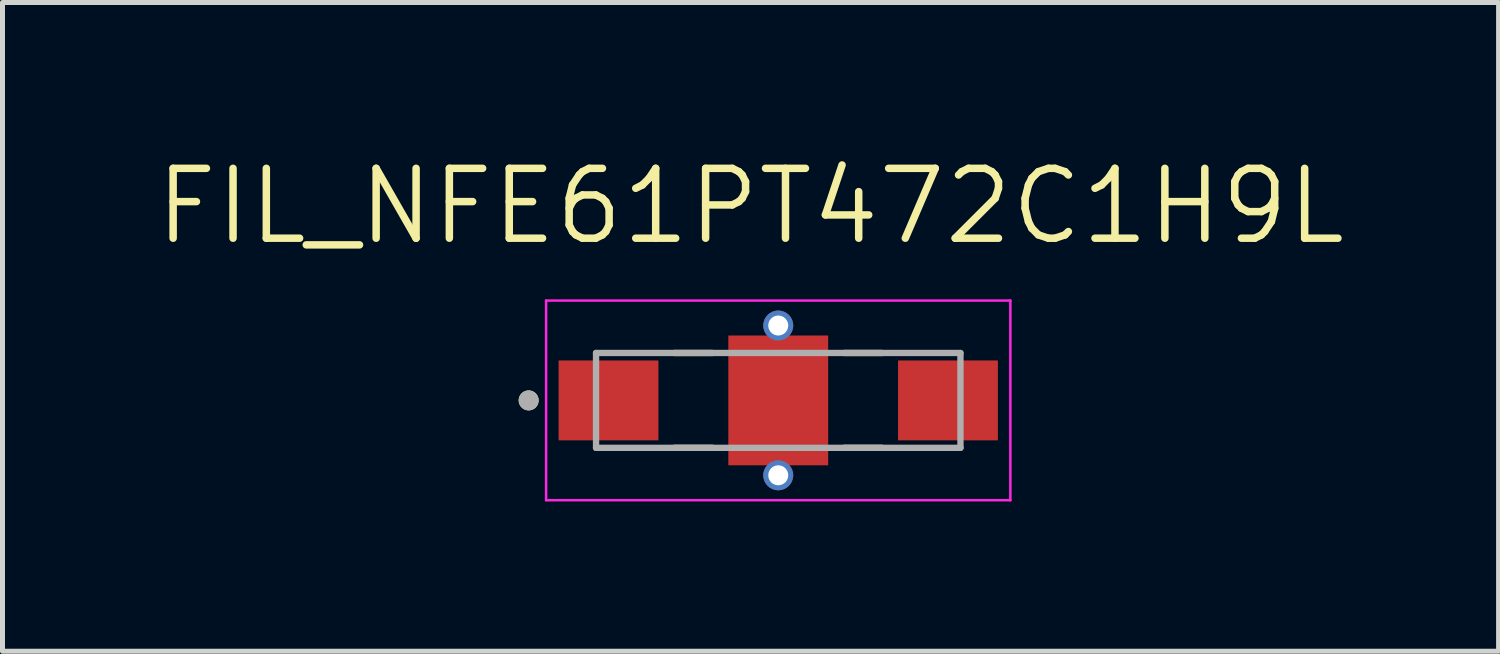
<source format=kicad_pcb>
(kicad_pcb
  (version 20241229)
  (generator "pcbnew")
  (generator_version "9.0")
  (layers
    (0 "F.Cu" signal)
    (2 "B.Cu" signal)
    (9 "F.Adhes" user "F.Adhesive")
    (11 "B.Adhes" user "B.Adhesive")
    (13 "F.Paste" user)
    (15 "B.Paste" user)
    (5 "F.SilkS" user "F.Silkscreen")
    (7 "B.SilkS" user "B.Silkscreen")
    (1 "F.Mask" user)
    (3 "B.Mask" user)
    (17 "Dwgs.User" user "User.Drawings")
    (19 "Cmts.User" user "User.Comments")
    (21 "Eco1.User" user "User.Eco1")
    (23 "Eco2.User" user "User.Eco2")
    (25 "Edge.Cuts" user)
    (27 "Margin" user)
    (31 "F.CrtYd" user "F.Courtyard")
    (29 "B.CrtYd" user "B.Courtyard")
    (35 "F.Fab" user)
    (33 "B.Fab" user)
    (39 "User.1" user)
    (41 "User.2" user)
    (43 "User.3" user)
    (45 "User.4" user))
  (footprint "FIL_NFE61PT472C1H9L"
    (layer "F.Cu")
    (at 12.54 4.971)
    (property "Reference" "FIL_NFE61PT472C1H9L" (at -0.555 -3.889 0) (layer "F.SilkS") (effects (font (size 1.4 1.4) (thickness 0.15))))
    (attr smd)
    (fp_line (start -2.08 -0.95) (end -1.32 -0.95) (stroke (width 0.127) (type solid)) (layer "F.SilkS"))
    (fp_line (start -1.32 0.95) (end -2.08 0.95) (stroke (width 0.127) (type solid)) (layer "F.SilkS"))
    (fp_line (start 1.32 -0.95) (end 2.08 -0.95) (stroke (width 0.127) (type solid)) (layer "F.SilkS"))
    (fp_line (start 2.08 0.95) (end 1.32 0.95) (stroke (width 0.127) (type solid)) (layer "F.SilkS"))
    (fp_circle (center -5 0) (end -4.9 0) (stroke (width 0.2) (type solid)) (fill no) (layer "F.SilkS"))
    (fp_poly (pts (xy -0.75 -1.3) (xy 0.75 -1.3) (xy 0.75 1.3) (xy -0.75 1.3)) (stroke (width 0.01) (type solid)) (fill yes) (layer "F.Paste"))
    (fp_line (start -4.65 -2) (end -4.65 2) (stroke (width 0.05) (type solid)) (layer "F.CrtYd"))
    (fp_line (start -4.65 2) (end 4.65 2) (stroke (width 0.05) (type solid)) (layer "F.CrtYd"))
    (fp_line (start 4.65 -2) (end -4.65 -2) (stroke (width 0.05) (type solid)) (layer "F.CrtYd"))
    (fp_line (start 4.65 2) (end 4.65 -2) (stroke (width 0.05) (type solid)) (layer "F.CrtYd"))
    (fp_line (start -3.65 -0.95) (end 3.65 -0.95) (stroke (width 0.127) (type solid)) (layer "F.Fab"))
    (fp_line (start -3.65 0.95) (end -3.65 -0.95) (stroke (width 0.127) (type solid)) (layer "F.Fab"))
    (fp_line (start 3.65 -0.95) (end 3.65 0.95) (stroke (width 0.127) (type solid)) (layer "F.Fab"))
    (fp_line (start 3.65 0.95) (end -3.65 0.95) (stroke (width 0.127) (type solid)) (layer "F.Fab"))
    (fp_circle (center -5 0) (end -4.9 0) (stroke (width 0.2) (type solid)) (fill no) (layer "F.Fab"))
    (pad "1" smd rect (at -3.4 0) (size 2 1.6) (layers "F.Cu" "F.Mask" "F.Paste"))
    (pad "2" thru_hole circle (at 0 -1.5) (size 0.6 0.6) (drill 0.4) (layers "*.Cu" "*.Mask"))
    (pad "2" smd rect (at 0 0) (size 2 2.6) (layers "F.Cu" "F.Mask"))
    (pad "2" thru_hole circle (at 0 1.5) (size 0.6 0.6) (drill 0.4) (layers "*.Cu" "*.Mask"))
    (pad "3" smd rect (at 3.4 0 180) (size 2 1.6) (layers "F.Cu" "F.Mask" "F.Paste")))
  (gr_rect
    (start -3 -3)
    (end 26.97 9.996)
    (stroke (width 0.1) (type default))
    (fill no)
    (layer "Edge.Cuts")))
</source>
